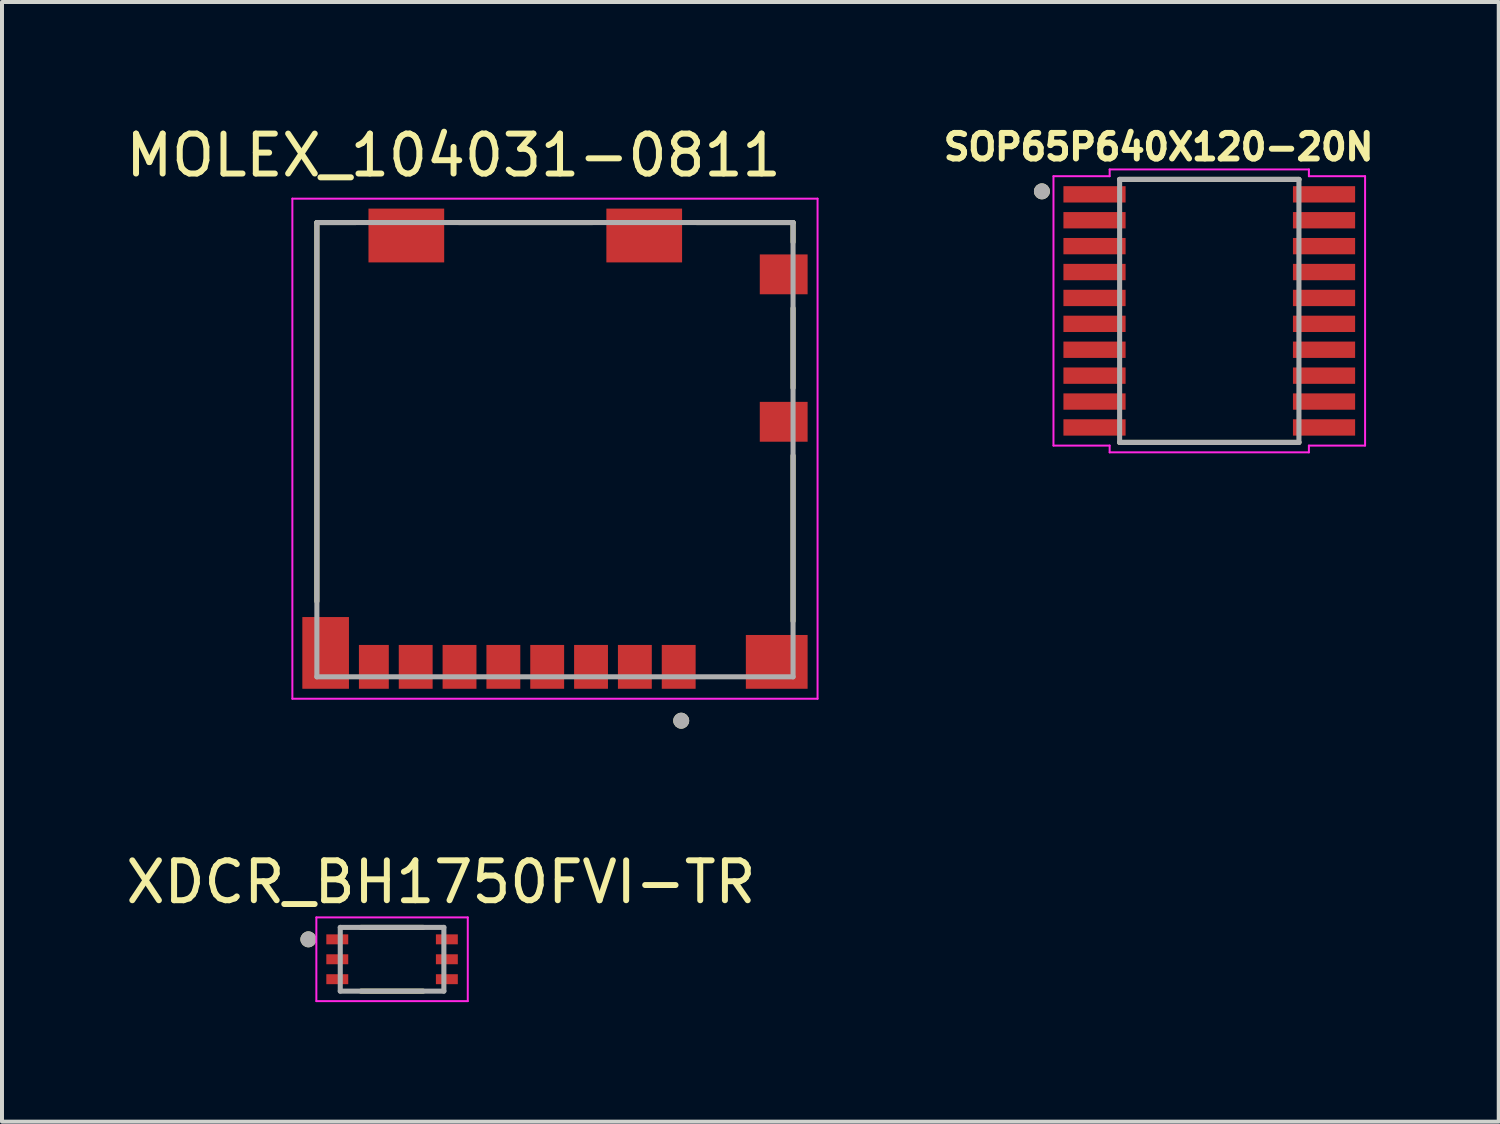
<source format=kicad_pcb>
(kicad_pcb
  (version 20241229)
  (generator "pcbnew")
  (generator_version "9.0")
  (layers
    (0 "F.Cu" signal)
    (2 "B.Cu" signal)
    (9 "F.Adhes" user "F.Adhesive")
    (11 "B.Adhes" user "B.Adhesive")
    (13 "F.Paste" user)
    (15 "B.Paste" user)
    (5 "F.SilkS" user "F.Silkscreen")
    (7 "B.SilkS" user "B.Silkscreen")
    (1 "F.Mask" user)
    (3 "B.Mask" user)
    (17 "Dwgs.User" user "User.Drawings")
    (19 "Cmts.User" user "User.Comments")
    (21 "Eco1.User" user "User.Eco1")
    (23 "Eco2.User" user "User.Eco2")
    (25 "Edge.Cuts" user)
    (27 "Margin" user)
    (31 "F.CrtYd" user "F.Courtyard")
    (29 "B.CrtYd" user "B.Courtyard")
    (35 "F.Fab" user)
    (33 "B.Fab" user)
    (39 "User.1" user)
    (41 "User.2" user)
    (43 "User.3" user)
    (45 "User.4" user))
  (footprint "SOP65P640X120-20N"
    (layer "F.Cu")
    (at 27.297 4.752)
    (property "Reference" "SOP65P640X120-20N" (at -1.27 -4.114 0) (layer "F.SilkS") (effects (font (size 0.641 0.641) (thickness 0.15))))
    (attr smd)
    (fp_line (start -2.25 3.3) (end 2.25 3.3) (stroke (width 0.127) (type solid)) (layer "F.SilkS"))
    (fp_line (start 2.25 -3.3) (end -2.25 -3.3) (stroke (width 0.127) (type solid)) (layer "F.SilkS"))
    (fp_circle (center -4.2 -3) (end -4.1 -3) (stroke (width 0.2) (type solid)) (fill no) (layer "F.SilkS"))
    (fp_line (start -3.91 -3.38) (end -2.5 -3.38) (stroke (width 0.05) (type solid)) (layer "F.CrtYd"))
    (fp_line (start -3.91 3.38) (end -3.91 -3.38) (stroke (width 0.05) (type solid)) (layer "F.CrtYd"))
    (fp_line (start -2.5 -3.55) (end 2.5 -3.55) (stroke (width 0.05) (type solid)) (layer "F.CrtYd"))
    (fp_line (start -2.5 -3.38) (end -2.5 -3.55) (stroke (width 0.05) (type solid)) (layer "F.CrtYd"))
    (fp_line (start -2.5 3.38) (end -3.91 3.38) (stroke (width 0.05) (type solid)) (layer "F.CrtYd"))
    (fp_line (start -2.5 3.55) (end -2.5 3.38) (stroke (width 0.05) (type solid)) (layer "F.CrtYd"))
    (fp_line (start 2.5 -3.55) (end 2.5 -3.38) (stroke (width 0.05) (type solid)) (layer "F.CrtYd"))
    (fp_line (start 2.5 -3.38) (end 3.91 -3.38) (stroke (width 0.05) (type solid)) (layer "F.CrtYd"))
    (fp_line (start 2.5 3.38) (end 2.5 3.55) (stroke (width 0.05) (type solid)) (layer "F.CrtYd"))
    (fp_line (start 2.5 3.55) (end -2.5 3.55) (stroke (width 0.05) (type solid)) (layer "F.CrtYd"))
    (fp_line (start 3.91 -3.38) (end 3.91 3.38) (stroke (width 0.05) (type solid)) (layer "F.CrtYd"))
    (fp_line (start 3.91 3.38) (end 2.5 3.38) (stroke (width 0.05) (type solid)) (layer "F.CrtYd"))
    (fp_line (start -2.25 -3.3) (end 2.25 -3.3) (stroke (width 0.127) (type solid)) (layer "F.Fab"))
    (fp_line (start -2.25 3.3) (end -2.25 -3.3) (stroke (width 0.127) (type solid)) (layer "F.Fab"))
    (fp_line (start 2.25 -3.3) (end 2.25 3.3) (stroke (width 0.127) (type solid)) (layer "F.Fab"))
    (fp_line (start 2.25 3.3) (end -2.25 3.3) (stroke (width 0.127) (type solid)) (layer "F.Fab"))
    (fp_circle (center -4.2 -3) (end -4.1 -3) (stroke (width 0.2) (type solid)) (fill no) (layer "F.Fab"))
    (pad "1" smd rect (at -2.88 -2.925) (size 1.56 0.41) (layers "F.Cu" "F.Mask" "F.Paste"))
    (pad "2" smd rect (at -2.88 -2.275) (size 1.56 0.41) (layers "F.Cu" "F.Mask" "F.Paste"))
    (pad "3" smd rect (at -2.88 -1.625) (size 1.56 0.41) (layers "F.Cu" "F.Mask" "F.Paste"))
    (pad "4" smd rect (at -2.88 -0.975) (size 1.56 0.41) (layers "F.Cu" "F.Mask" "F.Paste"))
    (pad "5" smd rect (at -2.88 -0.325) (size 1.56 0.41) (layers "F.Cu" "F.Mask" "F.Paste"))
    (pad "6" smd rect (at -2.88 0.325) (size 1.56 0.41) (layers "F.Cu" "F.Mask" "F.Paste"))
    (pad "7" smd rect (at -2.88 0.975) (size 1.56 0.41) (layers "F.Cu" "F.Mask" "F.Paste"))
    (pad "8" smd rect (at -2.88 1.625) (size 1.56 0.41) (layers "F.Cu" "F.Mask" "F.Paste"))
    (pad "9" smd rect (at -2.88 2.275) (size 1.56 0.41) (layers "F.Cu" "F.Mask" "F.Paste"))
    (pad "10" smd rect (at -2.88 2.925) (size 1.56 0.41) (layers "F.Cu" "F.Mask" "F.Paste"))
    (pad "11" smd rect (at 2.88 2.925) (size 1.56 0.41) (layers "F.Cu" "F.Mask" "F.Paste"))
    (pad "12" smd rect (at 2.88 2.275) (size 1.56 0.41) (layers "F.Cu" "F.Mask" "F.Paste"))
    (pad "13" smd rect (at 2.88 1.625) (size 1.56 0.41) (layers "F.Cu" "F.Mask" "F.Paste"))
    (pad "14" smd rect (at 2.88 0.975) (size 1.56 0.41) (layers "F.Cu" "F.Mask" "F.Paste"))
    (pad "15" smd rect (at 2.88 0.325) (size 1.56 0.41) (layers "F.Cu" "F.Mask" "F.Paste"))
    (pad "16" smd rect (at 2.88 -0.325) (size 1.56 0.41) (layers "F.Cu" "F.Mask" "F.Paste"))
    (pad "17" smd rect (at 2.88 -0.975) (size 1.56 0.41) (layers "F.Cu" "F.Mask" "F.Paste"))
    (pad "18" smd rect (at 2.88 -1.625) (size 1.56 0.41) (layers "F.Cu" "F.Mask" "F.Paste"))
    (pad "19" smd rect (at 2.88 -2.275) (size 1.56 0.41) (layers "F.Cu" "F.Mask" "F.Paste"))
    (pad "20" smd rect (at 2.88 -2.925) (size 1.56 0.41) (layers "F.Cu" "F.Mask" "F.Paste")))
  (footprint "XDCR_BH1750FVI-TR"
    (layer "F.Cu")
    (at 6.789 21.023)
    (property "Reference" "XDCR_BH1750FVI-TR" (at 1.227 -1.937 0) (layer "F.SilkS") (effects (font (size 1.001 1.001) (thickness 0.15))))
    (attr smd)
    (fp_line (start -0.78 0.8) (end 0.78 0.8) (stroke (width 0.127) (type solid)) (layer "F.SilkS"))
    (fp_line (start 0.78 -0.8) (end -0.78 -0.8) (stroke (width 0.127) (type solid)) (layer "F.SilkS"))
    (fp_circle (center -2.1 -0.5) (end -2 -0.5) (stroke (width 0.2) (type solid)) (fill no) (layer "F.SilkS"))
    (fp_line (start -1.9 -1.05) (end 1.9 -1.05) (stroke (width 0.05) (type solid)) (layer "F.CrtYd"))
    (fp_line (start -1.9 1.05) (end -1.9 -1.05) (stroke (width 0.05) (type solid)) (layer "F.CrtYd"))
    (fp_line (start 1.9 -1.05) (end 1.9 1.05) (stroke (width 0.05) (type solid)) (layer "F.CrtYd"))
    (fp_line (start 1.9 1.05) (end -1.9 1.05) (stroke (width 0.05) (type solid)) (layer "F.CrtYd"))
    (fp_line (start -1.3 -0.8) (end -1.3 0.8) (stroke (width 0.127) (type solid)) (layer "F.Fab"))
    (fp_line (start -1.3 0.8) (end 1.3 0.8) (stroke (width 0.127) (type solid)) (layer "F.Fab"))
    (fp_line (start 1.3 -0.8) (end -1.3 -0.8) (stroke (width 0.127) (type solid)) (layer "F.Fab"))
    (fp_line (start 1.3 0.8) (end 1.3 -0.8) (stroke (width 0.127) (type solid)) (layer "F.Fab"))
    (fp_circle (center -2.1 -0.5) (end -2 -0.5) (stroke (width 0.2) (type solid)) (fill no) (layer "F.Fab"))
    (pad "1" smd rect (at -1.375 -0.5) (size 0.55 0.25) (layers "F.Cu" "F.Mask" "F.Paste"))
    (pad "2" smd rect (at -1.375 0) (size 0.55 0.25) (layers "F.Cu" "F.Mask" "F.Paste"))
    (pad "3" smd rect (at -1.375 0.5) (size 0.55 0.25) (layers "F.Cu" "F.Mask" "F.Paste"))
    (pad "4" smd rect (at 1.375 0.5) (size 0.55 0.25) (layers "F.Cu" "F.Mask" "F.Paste"))
    (pad "5" smd rect (at 1.375 0) (size 0.55 0.25) (layers "F.Cu" "F.Mask" "F.Paste"))
    (pad "6" smd rect (at 1.375 -0.5) (size 0.55 0.25) (layers "F.Cu" "F.Mask" "F.Paste")))
  (footprint "MOLEX_104031-0811"
    (layer "F.Cu")
    (at 10.877 8.235)
    (property "Reference" "MOLEX_104031-0811" (at -2.545 -7.386 0) (layer "F.SilkS") (effects (font (size 1.002 1.002) (thickness 0.15))))
    (attr smd)
    (fp_line (start -5.975 -5.7) (end -5.975 3.806) (stroke (width 0.127) (type solid)) (layer "F.SilkS"))
    (fp_line (start -5.003 -5.7) (end -5.975 -5.7) (stroke (width 0.127) (type solid)) (layer "F.SilkS"))
    (fp_line (start 0.939 -5.7) (end -2.413 -5.7) (stroke (width 0.127) (type solid)) (layer "F.SilkS"))
    (fp_line (start 3.556 -5.7) (end 5.975 -5.7) (stroke (width 0.127) (type solid)) (layer "F.SilkS"))
    (fp_line (start 5.975 -5.7) (end 5.975 -5.211) (stroke (width 0.127) (type solid)) (layer "F.SilkS"))
    (fp_line (start 5.975 -3.55) (end 5.975 -1.55) (stroke (width 0.127) (type solid)) (layer "F.SilkS"))
    (fp_line (start 5.975 0.15) (end 5.975 4.3) (stroke (width 0.127) (type solid)) (layer "F.SilkS"))
    (fp_circle (center 3.168 6.801) (end 3.268 6.801) (stroke (width 0.2) (type solid)) (fill no) (layer "F.SilkS"))
    (fp_line (start -6.59 -6.3) (end -6.59 6.25) (stroke (width 0.05) (type solid)) (layer "F.CrtYd"))
    (fp_line (start -6.59 6.25) (end 6.59 6.25) (stroke (width 0.05) (type solid)) (layer "F.CrtYd"))
    (fp_line (start 6.59 -6.3) (end -6.59 -6.3) (stroke (width 0.05) (type solid)) (layer "F.CrtYd"))
    (fp_line (start 6.59 6.25) (end 6.59 -6.3) (stroke (width 0.05) (type solid)) (layer "F.CrtYd"))
    (fp_line (start -5.975 -5.7) (end 5.975 -5.7) (stroke (width 0.127) (type solid)) (layer "F.Fab"))
    (fp_line (start -5.975 5.7) (end -5.975 -5.7) (stroke (width 0.127) (type solid)) (layer "F.Fab"))
    (fp_line (start 5.975 -5.7) (end 5.975 5.7) (stroke (width 0.127) (type solid)) (layer "F.Fab"))
    (fp_line (start 5.975 5.7) (end -5.975 5.7) (stroke (width 0.127) (type solid)) (layer "F.Fab"))
    (fp_circle (center 3.168 6.801) (end 3.268 6.801) (stroke (width 0.2) (type solid)) (fill no) (layer "F.Fab"))
    (pad "1" smd rect (at 3.105 5.45) (size 0.85 1.1) (layers "F.Cu" "F.Mask" "F.Paste"))
    (pad "2" smd rect (at 2.005 5.45) (size 0.85 1.1) (layers "F.Cu" "F.Mask" "F.Paste"))
    (pad "3" smd rect (at 0.905 5.45) (size 0.85 1.1) (layers "F.Cu" "F.Mask" "F.Paste"))
    (pad "4" smd rect (at -0.195 5.45) (size 0.85 1.1) (layers "F.Cu" "F.Mask" "F.Paste"))
    (pad "5" smd rect (at -1.295 5.45) (size 0.85 1.1) (layers "F.Cu" "F.Mask" "F.Paste"))
    (pad "6" smd rect (at -2.395 5.45) (size 0.85 1.1) (layers "F.Cu" "F.Mask" "F.Paste"))
    (pad "7" smd rect (at -3.495 5.45) (size 0.85 1.1) (layers "F.Cu" "F.Mask" "F.Paste"))
    (pad "8" smd rect (at -4.545 5.45) (size 0.75 1.1) (layers "F.Cu" "F.Mask" "F.Paste"))
    (pad "9" smd rect (at 5.74 -0.7) (size 1.2 1) (layers "F.Cu" "F.Mask" "F.Paste"))
    (pad "10" smd rect (at 5.74 -4.4) (size 1.2 1) (layers "F.Cu" "F.Mask" "F.Paste"))
    (pad "G1" smd rect (at 5.565 5.325) (size 1.55 1.35) (layers "F.Cu" "F.Mask" "F.Paste"))
    (pad "G2" smd rect (at -5.755 5.1) (size 1.17 1.8) (layers "F.Cu" "F.Mask" "F.Paste"))
    (pad "G3" smd rect (at -3.73 -5.375) (size 1.9 1.35) (layers "F.Cu" "F.Mask" "F.Paste"))
    (pad "G4" smd rect (at 2.24 -5.375) (size 1.9 1.35) (layers "F.Cu" "F.Mask" "F.Paste")))
  (gr_rect
    (start -3 -3)
    (end 34.561 25.098)
    (stroke (width 0.1) (type default))
    (fill no)
    (layer "Edge.Cuts")))
</source>
